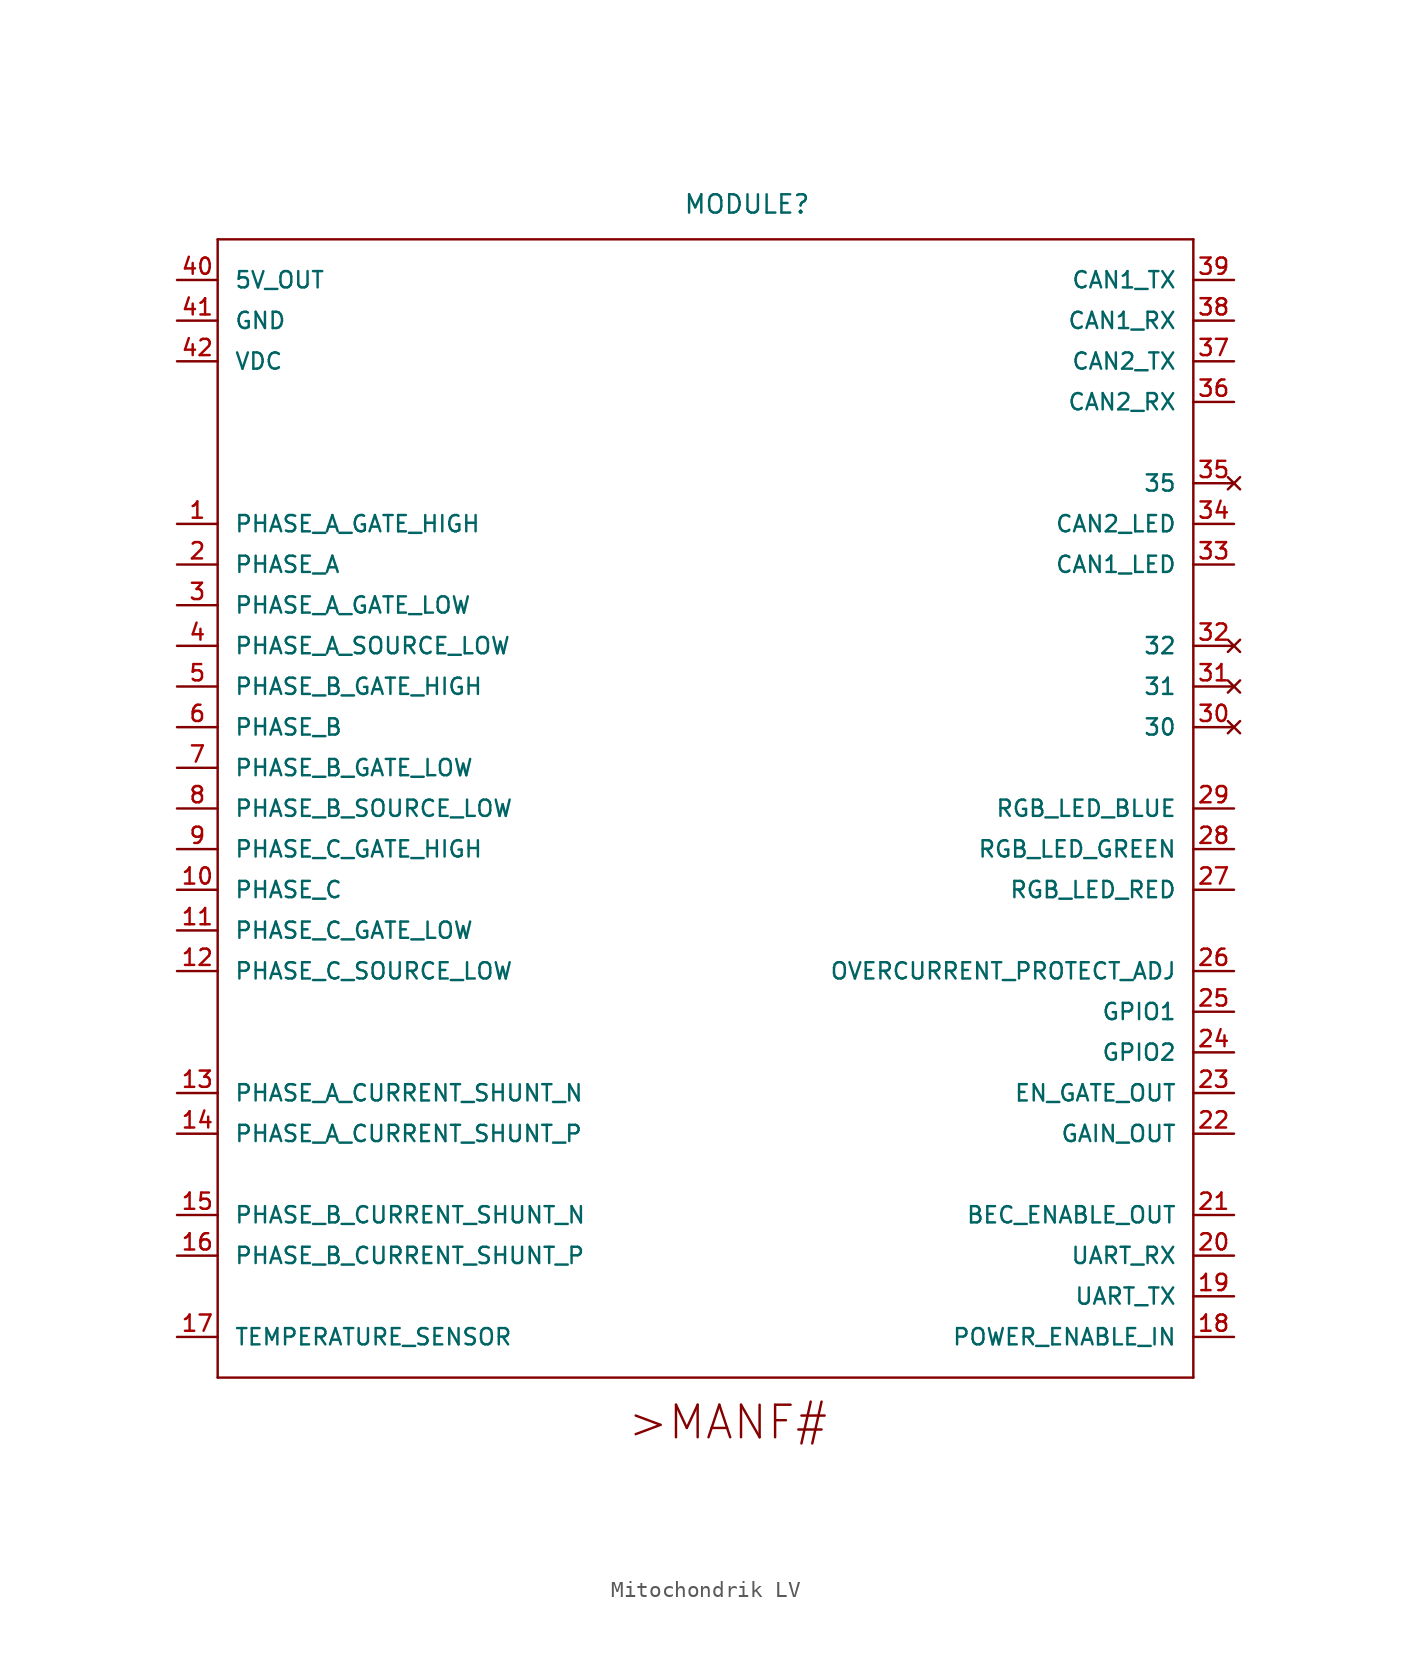
<source format=kicad_sym>
(kicad_symbol_lib
  (version 20220914)
  (generator kicad_symbol_editor)
  (symbol "Mitochondrik LV"
    (pin_names
      (offset 1.016))
    (property "Reference" "MODULE"
      (at 29.083 72.644 0)
      (effects (font (size 1.143 1.143)) (justify left bottom)))
    (property "ki_locked" ""
      (at 0 0 0)
      (effects (font (size 1.27 1.27))))
    (symbol "Mitochondrik LV_1_0"
      (polyline (pts (xy 0 0) (xy 0 71.12)) (stroke (width 0) (type solid)) (fill (type none)))
      (polyline (pts (xy 0 0) (xy 60.96 0)) (stroke (width 0) (type solid)) (fill (type none)))
      (polyline (pts (xy 60.96 0) (xy 60.96 71.12)) (stroke (width 0) (type solid)) (fill (type none)))
      (polyline (pts (xy 60.96 71.12) (xy 0 71.12)) (stroke (width 0) (type solid)) (fill (type none)))
      (text ">MANF#" (at 31.877 -2.794 0) (effects (font (size 2.032 2.032)))))
    (symbol "Mitochondrik LV_1_1"
      (pin output line (at -2.54 53.34 0) (length 2.54) (name "PHASE_A_GATE_HIGH" (effects (font (size 1.016 1.016)))) (number "1" (effects (font (size 1.016 1.016)))))
      (pin input line (at -2.54 30.48 0) (length 2.54) (name "PHASE_C" (effects (font (size 1.016 1.016)))) (number "10" (effects (font (size 1.016 1.016)))))
      (pin output line (at -2.54 27.94 0) (length 2.54) (name "PHASE_C_GATE_LOW" (effects (font (size 1.016 1.016)))) (number "11" (effects (font (size 1.016 1.016)))))
      (pin input line (at -2.54 25.4 0) (length 2.54) (name "PHASE_C_SOURCE_LOW" (effects (font (size 1.016 1.016)))) (number "12" (effects (font (size 1.016 1.016)))))
      (pin input line (at -2.54 17.78 0) (length 2.54) (name "PHASE_A_CURRENT_SHUNT_N" (effects (font (size 1.016 1.016)))) (number "13" (effects (font (size 1.016 1.016)))))
      (pin input line (at -2.54 15.24 0) (length 2.54) (name "PHASE_A_CURRENT_SHUNT_P" (effects (font (size 1.016 1.016)))) (number "14" (effects (font (size 1.016 1.016)))))
      (pin input line (at -2.54 10.16 0) (length 2.54) (name "PHASE_B_CURRENT_SHUNT_N" (effects (font (size 1.016 1.016)))) (number "15" (effects (font (size 1.016 1.016)))))
      (pin input line (at -2.54 7.62 0) (length 2.54) (name "PHASE_B_CURRENT_SHUNT_P" (effects (font (size 1.016 1.016)))) (number "16" (effects (font (size 1.016 1.016)))))
      (pin input line (at -2.54 2.54 0) (length 2.54) (name "TEMPERATURE_SENSOR" (effects (font (size 1.016 1.016)))) (number "17" (effects (font (size 1.016 1.016)))))
      (pin input line (at 63.5 2.54 180) (length 2.54) (name "POWER_ENABLE_IN" (effects (font (size 1.016 1.016)))) (number "18" (effects (font (size 1.016 1.016)))))
      (pin output line (at 63.5 5.08 180) (length 2.54) (name "UART_TX" (effects (font (size 1.016 1.016)))) (number "19" (effects (font (size 1.016 1.016)))))
      (pin input line (at -2.54 50.8 0) (length 2.54) (name "PHASE_A" (effects (font (size 1.016 1.016)))) (number "2" (effects (font (size 1.016 1.016)))))
      (pin input line (at 63.5 7.62 180) (length 2.54) (name "UART_RX" (effects (font (size 1.016 1.016)))) (number "20" (effects (font (size 1.016 1.016)))))
      (pin output line (at 63.5 10.16 180) (length 2.54) (name "BEC_ENABLE_OUT" (effects (font (size 1.016 1.016)))) (number "21" (effects (font (size 1.016 1.016)))))
      (pin output line (at 63.5 15.24 180) (length 2.54) (name "GAIN_OUT" (effects (font (size 1.016 1.016)))) (number "22" (effects (font (size 1.016 1.016)))))
      (pin output line (at 63.5 17.78 180) (length 2.54) (name "EN_GATE_OUT" (effects (font (size 1.016 1.016)))) (number "23" (effects (font (size 1.016 1.016)))))
      (pin bidirectional line (at 63.5 20.32 180) (length 2.54) (name "GPIO2" (effects (font (size 1.016 1.016)))) (number "24" (effects (font (size 1.016 1.016)))))
      (pin bidirectional line (at 63.5 22.86 180) (length 2.54) (name "GPIO1" (effects (font (size 1.016 1.016)))) (number "25" (effects (font (size 1.016 1.016)))))
      (pin input line (at 63.5 25.4 180) (length 2.54) (name "OVERCURRENT_PROTECT_ADJ" (effects (font (size 1.016 1.016)))) (number "26" (effects (font (size 1.016 1.016)))))
      (pin bidirectional line (at 63.5 30.48 180) (length 2.54) (name "RGB_LED_RED" (effects (font (size 1.016 1.016)))) (number "27" (effects (font (size 1.016 1.016)))))
      (pin output line (at 63.5 33.02 180) (length 2.54) (name "RGB_LED_GREEN" (effects (font (size 1.016 1.016)))) (number "28" (effects (font (size 1.016 1.016)))))
      (pin output line (at 63.5 35.56 180) (length 2.54) (name "RGB_LED_BLUE" (effects (font (size 1.016 1.016)))) (number "29" (effects (font (size 1.016 1.016)))))
      (pin output line (at -2.54 48.26 0) (length 2.54) (name "PHASE_A_GATE_LOW" (effects (font (size 1.016 1.016)))) (number "3" (effects (font (size 1.016 1.016)))))
      (pin no_connect line (at 63.5 40.64 180) (length 2.54) (name "30" (effects (font (size 1.016 1.016)))) (number "30" (effects (font (size 1.016 1.016)))))
      (pin no_connect line (at 63.5 43.18 180) (length 2.54) (name "31" (effects (font (size 1.016 1.016)))) (number "31" (effects (font (size 1.016 1.016)))))
      (pin no_connect line (at 63.5 45.72 180) (length 2.54) (name "32" (effects (font (size 1.016 1.016)))) (number "32" (effects (font (size 1.016 1.016)))))
      (pin bidirectional line (at 63.5 50.8 180) (length 2.54) (name "CAN1_LED" (effects (font (size 1.016 1.016)))) (number "33" (effects (font (size 1.016 1.016)))))
      (pin output line (at 63.5 53.34 180) (length 2.54) (name "CAN2_LED" (effects (font (size 1.016 1.016)))) (number "34" (effects (font (size 1.016 1.016)))))
      (pin no_connect line (at 63.5 55.88 180) (length 2.54) (name "35" (effects (font (size 1.016 1.016)))) (number "35" (effects (font (size 1.016 1.016)))))
      (pin input line (at 63.5 60.96 180) (length 2.54) (name "CAN2_RX" (effects (font (size 1.016 1.016)))) (number "36" (effects (font (size 1.016 1.016)))))
      (pin output line (at 63.5 63.5 180) (length 2.54) (name "CAN2_TX" (effects (font (size 1.016 1.016)))) (number "37" (effects (font (size 1.016 1.016)))))
      (pin input line (at 63.5 66.04 180) (length 2.54) (name "CAN1_RX" (effects (font (size 1.016 1.016)))) (number "38" (effects (font (size 1.016 1.016)))))
      (pin output line (at 63.5 68.58 180) (length 2.54) (name "CAN1_TX" (effects (font (size 1.016 1.016)))) (number "39" (effects (font (size 1.016 1.016)))))
      (pin input line (at -2.54 45.72 0) (length 2.54) (name "PHASE_A_SOURCE_LOW" (effects (font (size 1.016 1.016)))) (number "4" (effects (font (size 1.016 1.016)))))
      (pin power_in line (at -2.54 68.58 0) (length 2.54) (name "5V_OUT" (effects (font (size 1.016 1.016)))) (number "40" (effects (font (size 1.016 1.016)))))
      (pin power_in line (at -2.54 66.04 0) (length 2.54) (name "GND" (effects (font (size 1.016 1.016)))) (number "41" (effects (font (size 1.016 1.016)))))
      (pin power_in line (at -2.54 63.5 0) (length 2.54) (name "VDC" (effects (font (size 1.016 1.016)))) (number "42" (effects (font (size 1.016 1.016)))))
      (pin output line (at -2.54 43.18 0) (length 2.54) (name "PHASE_B_GATE_HIGH" (effects (font (size 1.016 1.016)))) (number "5" (effects (font (size 1.016 1.016)))))
      (pin input line (at -2.54 40.64 0) (length 2.54) (name "PHASE_B" (effects (font (size 1.016 1.016)))) (number "6" (effects (font (size 1.016 1.016)))))
      (pin output line (at -2.54 38.1 0) (length 2.54) (name "PHASE_B_GATE_LOW" (effects (font (size 1.016 1.016)))) (number "7" (effects (font (size 1.016 1.016)))))
      (pin input line (at -2.54 35.56 0) (length 2.54) (name "PHASE_B_SOURCE_LOW" (effects (font (size 1.016 1.016)))) (number "8" (effects (font (size 1.016 1.016)))))
      (pin output line (at -2.54 33.02 0) (length 2.54) (name "PHASE_C_GATE_HIGH" (effects (font (size 1.016 1.016)))) (number "9" (effects (font (size 1.016 1.016))))))))
</source>
